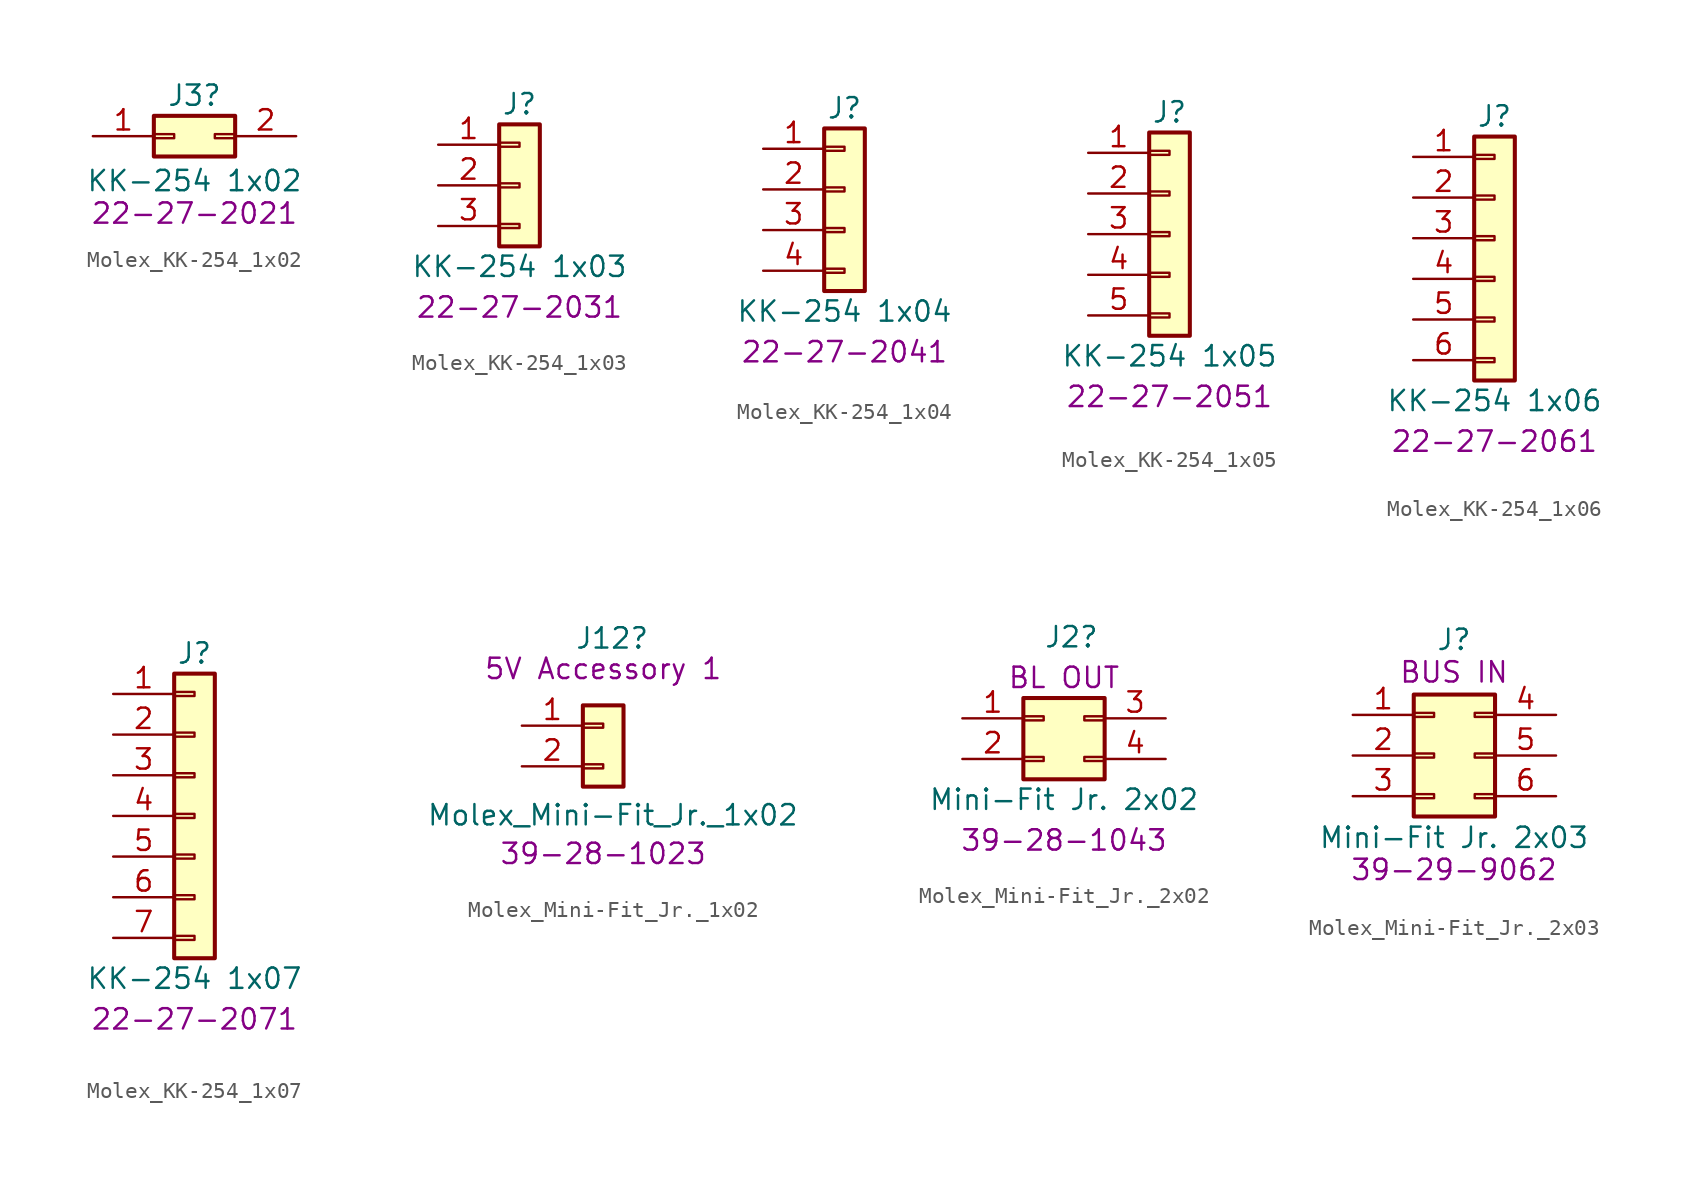
<source format=kicad_sym>
(kicad_symbol_lib
  (version 20220914)
  (generator kicad_symbol_editor)
  (symbol "Molex_KK-254_1x02"
    (pin_names
      (offset 1.016) hide)
    (property "Reference" "J3"
      (at 0 2.54 0)
      (do_not_autoplace)
      (effects (font (size 1.27 1.27))))
    (property "Value" "KK-254 1x02"
      (at 0 -2.794 0)
      (do_not_autoplace)
      (effects (font (size 1.27 1.27))))
    (property "Manufacturer PN" "22-27-2021"
      (at 0 -4.826 0)
      (do_not_autoplace)
      (effects (font (size 1.27 1.27))))
    (symbol "Molex_KK-254_1x02_1_1"
      (rectangle (start -2.54 0.127) (end -1.27 -0.127) (stroke (width 0.152) (type default)) (fill (type none)))
      (rectangle (start -2.54 1.27) (end 2.54 -1.27) (stroke (width 0.254) (type default)) (fill (type background)))
      (rectangle (start 2.54 0.127) (end 1.27 -0.127) (stroke (width 0.152) (type default)) (fill (type none)))
      (pin passive line (at -6.35 0 0) (length 3.81) (name "Pin_1" (effects (font (size 1.27 1.27)))) (number "1" (effects (font (size 1.27 1.27)))))
      (pin passive line (at 6.35 0 180) (length 3.81) (name "Pin_2" (effects (font (size 1.27 1.27)))) (number "2" (effects (font (size 1.27 1.27)))))))
  (symbol "Molex_KK-254_1x03"
    (pin_names
      (offset 1.016) hide)
    (property "Reference" "J"
      (at 0 5.08 0)
      (effects (font (size 1.27 1.27))))
    (property "Value" "KK-254 1x03"
      (at 0 -5.08 0)
      (effects (font (size 1.27 1.27))))
    (property "Manufacturer PN" "22-27-2031"
      (at 0 -7.62 0)
      (effects (font (size 1.27 1.27))))
    (symbol "Molex_KK-254_1x03_1_1"
      (rectangle (start -1.27 -2.413) (end 0 -2.667) (stroke (width 0.152) (type default)) (fill (type none)))
      (rectangle (start -1.27 0.127) (end 0 -0.127) (stroke (width 0.152) (type default)) (fill (type none)))
      (rectangle (start -1.27 2.667) (end 0 2.413) (stroke (width 0.152) (type default)) (fill (type none)))
      (rectangle (start -1.27 3.81) (end 1.27 -3.81) (stroke (width 0.254) (type default)) (fill (type background)))
      (pin passive line (at -5.08 2.54 0) (length 3.81) (name "Pin_1" (effects (font (size 1.27 1.27)))) (number "1" (effects (font (size 1.27 1.27)))))
      (pin passive line (at -5.08 0 0) (length 3.81) (name "Pin_2" (effects (font (size 1.27 1.27)))) (number "2" (effects (font (size 1.27 1.27)))))
      (pin passive line (at -5.08 -2.54 0) (length 3.81) (name "Pin_3" (effects (font (size 1.27 1.27)))) (number "3" (effects (font (size 1.27 1.27)))))))
  (symbol "Molex_KK-254_1x04"
    (pin_names
      (offset 1.016) hide)
    (property "Reference" "J"
      (at 0 5.08 0)
      (effects (font (size 1.27 1.27))))
    (property "Value" "KK-254 1x04"
      (at 0 -7.62 0)
      (effects (font (size 1.27 1.27))))
    (property "Manufacturer PN" "22-27-2041"
      (at 0 -10.16 0)
      (effects (font (size 1.27 1.27))))
    (symbol "Molex_KK-254_1x04_1_1"
      (rectangle (start -1.27 -4.953) (end 0 -5.207) (stroke (width 0.152) (type default)) (fill (type none)))
      (rectangle (start -1.27 -2.413) (end 0 -2.667) (stroke (width 0.152) (type default)) (fill (type none)))
      (rectangle (start -1.27 0.127) (end 0 -0.127) (stroke (width 0.152) (type default)) (fill (type none)))
      (rectangle (start -1.27 2.667) (end 0 2.413) (stroke (width 0.152) (type default)) (fill (type none)))
      (rectangle (start -1.27 3.81) (end 1.27 -6.35) (stroke (width 0.254) (type default)) (fill (type background)))
      (pin passive line (at -5.08 2.54 0) (length 3.81) (name "Pin_1" (effects (font (size 1.27 1.27)))) (number "1" (effects (font (size 1.27 1.27)))))
      (pin passive line (at -5.08 0 0) (length 3.81) (name "Pin_2" (effects (font (size 1.27 1.27)))) (number "2" (effects (font (size 1.27 1.27)))))
      (pin passive line (at -5.08 -2.54 0) (length 3.81) (name "Pin_3" (effects (font (size 1.27 1.27)))) (number "3" (effects (font (size 1.27 1.27)))))
      (pin passive line (at -5.08 -5.08 0) (length 3.81) (name "Pin_4" (effects (font (size 1.27 1.27)))) (number "4" (effects (font (size 1.27 1.27)))))))
  (symbol "Molex_KK-254_1x05"
    (pin_names
      (offset 1.016) hide)
    (property "Reference" "J"
      (at 0 7.62 0)
      (effects (font (size 1.27 1.27))))
    (property "Value" "KK-254 1x05"
      (at 0 -7.62 0)
      (effects (font (size 1.27 1.27))))
    (property "Manufacturer PN" "22-27-2051"
      (at 0 -10.16 0)
      (effects (font (size 1.27 1.27))))
    (property "Silkscreen" ""
      (at 0 0 0)
      (effects (font (size 1.27 1.27))))
    (symbol "Molex_KK-254_1x05_1_1"
      (rectangle (start -1.27 -4.953) (end 0 -5.207) (stroke (width 0.152) (type default)) (fill (type none)))
      (rectangle (start -1.27 -2.413) (end 0 -2.667) (stroke (width 0.152) (type default)) (fill (type none)))
      (rectangle (start -1.27 0.127) (end 0 -0.127) (stroke (width 0.152) (type default)) (fill (type none)))
      (rectangle (start -1.27 2.667) (end 0 2.413) (stroke (width 0.152) (type default)) (fill (type none)))
      (rectangle (start -1.27 5.207) (end 0 4.953) (stroke (width 0.152) (type default)) (fill (type none)))
      (rectangle (start -1.27 6.35) (end 1.27 -6.35) (stroke (width 0.254) (type default)) (fill (type background)))
      (pin passive line (at -5.08 5.08 0) (length 3.81) (name "Pin_1" (effects (font (size 1.27 1.27)))) (number "1" (effects (font (size 1.27 1.27)))))
      (pin passive line (at -5.08 2.54 0) (length 3.81) (name "Pin_2" (effects (font (size 1.27 1.27)))) (number "2" (effects (font (size 1.27 1.27)))))
      (pin passive line (at -5.08 0 0) (length 3.81) (name "Pin_3" (effects (font (size 1.27 1.27)))) (number "3" (effects (font (size 1.27 1.27)))))
      (pin passive line (at -5.08 -2.54 0) (length 3.81) (name "Pin_4" (effects (font (size 1.27 1.27)))) (number "4" (effects (font (size 1.27 1.27)))))
      (pin passive line (at -5.08 -5.08 0) (length 3.81) (name "Pin_5" (effects (font (size 1.27 1.27)))) (number "5" (effects (font (size 1.27 1.27)))))))
  (symbol "Molex_KK-254_1x06"
    (pin_names
      (offset 1.016) hide)
    (property "Reference" "J"
      (at 0 7.62 0)
      (effects (font (size 1.27 1.27))))
    (property "Value" "KK-254 1x06"
      (at 0 -10.16 0)
      (effects (font (size 1.27 1.27))))
    (property "Manufacturer PN" "22-27-2061"
      (at 0 -12.7 0)
      (effects (font (size 1.27 1.27))))
    (symbol "Molex_KK-254_1x06_1_1"
      (rectangle (start -1.27 -7.493) (end 0 -7.747) (stroke (width 0.152) (type default)) (fill (type none)))
      (rectangle (start -1.27 -4.953) (end 0 -5.207) (stroke (width 0.152) (type default)) (fill (type none)))
      (rectangle (start -1.27 -2.413) (end 0 -2.667) (stroke (width 0.152) (type default)) (fill (type none)))
      (rectangle (start -1.27 0.127) (end 0 -0.127) (stroke (width 0.152) (type default)) (fill (type none)))
      (rectangle (start -1.27 2.667) (end 0 2.413) (stroke (width 0.152) (type default)) (fill (type none)))
      (rectangle (start -1.27 5.207) (end 0 4.953) (stroke (width 0.152) (type default)) (fill (type none)))
      (rectangle (start -1.27 6.35) (end 1.27 -8.89) (stroke (width 0.254) (type default)) (fill (type background)))
      (pin passive line (at -5.08 5.08 0) (length 3.81) (name "Pin_1" (effects (font (size 1.27 1.27)))) (number "1" (effects (font (size 1.27 1.27)))))
      (pin passive line (at -5.08 2.54 0) (length 3.81) (name "Pin_2" (effects (font (size 1.27 1.27)))) (number "2" (effects (font (size 1.27 1.27)))))
      (pin passive line (at -5.08 0 0) (length 3.81) (name "Pin_3" (effects (font (size 1.27 1.27)))) (number "3" (effects (font (size 1.27 1.27)))))
      (pin passive line (at -5.08 -2.54 0) (length 3.81) (name "Pin_4" (effects (font (size 1.27 1.27)))) (number "4" (effects (font (size 1.27 1.27)))))
      (pin passive line (at -5.08 -5.08 0) (length 3.81) (name "Pin_5" (effects (font (size 1.27 1.27)))) (number "5" (effects (font (size 1.27 1.27)))))
      (pin passive line (at -5.08 -7.62 0) (length 3.81) (name "Pin_6" (effects (font (size 1.27 1.27)))) (number "6" (effects (font (size 1.27 1.27)))))))
  (symbol "Molex_KK-254_1x07"
    (pin_names
      (offset 1.016) hide)
    (property "Reference" "J"
      (at 0 10.16 0)
      (effects (font (size 1.27 1.27))))
    (property "Value" "KK-254 1x07"
      (at 0 -10.16 0)
      (effects (font (size 1.27 1.27))))
    (property "Manufacturer PN" "22-27-2071"
      (at 0 -12.7 0)
      (effects (font (size 1.27 1.27))))
    (symbol "Molex_KK-254_1x07_1_1"
      (rectangle (start -1.27 -7.493) (end 0 -7.747) (stroke (width 0.152) (type default)) (fill (type none)))
      (rectangle (start -1.27 -4.953) (end 0 -5.207) (stroke (width 0.152) (type default)) (fill (type none)))
      (rectangle (start -1.27 -2.413) (end 0 -2.667) (stroke (width 0.152) (type default)) (fill (type none)))
      (rectangle (start -1.27 0.127) (end 0 -0.127) (stroke (width 0.152) (type default)) (fill (type none)))
      (rectangle (start -1.27 2.667) (end 0 2.413) (stroke (width 0.152) (type default)) (fill (type none)))
      (rectangle (start -1.27 5.207) (end 0 4.953) (stroke (width 0.152) (type default)) (fill (type none)))
      (rectangle (start -1.27 7.747) (end 0 7.493) (stroke (width 0.152) (type default)) (fill (type none)))
      (rectangle (start -1.27 8.89) (end 1.27 -8.89) (stroke (width 0.254) (type default)) (fill (type background)))
      (pin passive line (at -5.08 7.62 0) (length 3.81) (name "Pin_1" (effects (font (size 1.27 1.27)))) (number "1" (effects (font (size 1.27 1.27)))))
      (pin passive line (at -5.08 5.08 0) (length 3.81) (name "Pin_2" (effects (font (size 1.27 1.27)))) (number "2" (effects (font (size 1.27 1.27)))))
      (pin passive line (at -5.08 2.54 0) (length 3.81) (name "Pin_3" (effects (font (size 1.27 1.27)))) (number "3" (effects (font (size 1.27 1.27)))))
      (pin passive line (at -5.08 0 0) (length 3.81) (name "Pin_4" (effects (font (size 1.27 1.27)))) (number "4" (effects (font (size 1.27 1.27)))))
      (pin passive line (at -5.08 -2.54 0) (length 3.81) (name "Pin_5" (effects (font (size 1.27 1.27)))) (number "5" (effects (font (size 1.27 1.27)))))
      (pin passive line (at -5.08 -5.08 0) (length 3.81) (name "Pin_6" (effects (font (size 1.27 1.27)))) (number "6" (effects (font (size 1.27 1.27)))))
      (pin passive line (at -5.08 -7.62 0) (length 3.81) (name "Pin_7" (effects (font (size 1.27 1.27)))) (number "7" (effects (font (size 1.27 1.27)))))))
  (symbol "Molex_Mini-Fit_Jr._1x02"
    (pin_names
      (offset 1.016) hide)
    (property "Reference" "J12"
      (at -1.778 5.461 0)
      (effects (font (size 1.27 1.27)) (justify left)))
    (property "Value" "Molex_Mini-Fit_Jr._1x02"
      (at -11.049 -5.588 0)
      (effects (font (size 1.27 1.27)) (justify left)))
    (property "Manufacturer PN" "39-28-1023"
      (at 0 -8.001 0)
      (effects (font (size 1.27 1.27))))
    (property "Silkscreen" "5V Accessory 1"
      (at 0 3.556 0)
      (effects (font (size 1.27 1.27))))
    (symbol "Molex_Mini-Fit_Jr._1x02_1_1"
      (rectangle (start -1.27 -2.413) (end 0 -2.667) (stroke (width 0.152) (type default)) (fill (type none)))
      (rectangle (start -1.27 0.127) (end 0 -0.127) (stroke (width 0.152) (type default)) (fill (type none)))
      (rectangle (start -1.27 1.27) (end 1.27 -3.81) (stroke (width 0.254) (type default)) (fill (type background)))
      (pin passive line (at -5.08 0 0) (length 3.81) (name "Pin_1" (effects (font (size 1.27 1.27)))) (number "1" (effects (font (size 1.27 1.27)))))
      (pin passive line (at -5.08 -2.54 0) (length 3.81) (name "Pin_2" (effects (font (size 1.27 1.27)))) (number "2" (effects (font (size 1.27 1.27)))))))
  (symbol "Molex_Mini-Fit_Jr._2x02"
    (pin_names
      (offset 1.016) hide)
    (property "Reference" "J2"
      (at 0 5.08 0)
      (effects (font (size 1.27 1.27)) (justify left)))
    (property "Value" "Mini-Fit Jr. 2x02"
      (at 1.27 -5.08 0)
      (effects (font (size 1.27 1.27))))
    (property "Manufacturer PN" "39-28-1043"
      (at 1.27 -7.62 0)
      (effects (font (size 1.27 1.27))))
    (property "Silkscreen" "BL OUT"
      (at 1.27 2.54 0)
      (effects (font (size 1.27 1.27))))
    (symbol "Molex_Mini-Fit_Jr._2x02_1_1"
      (rectangle (start -1.27 -2.413) (end 0 -2.667) (stroke (width 0.152) (type default)) (fill (type none)))
      (rectangle (start -1.27 0.127) (end 0 -0.127) (stroke (width 0.152) (type default)) (fill (type none)))
      (rectangle (start -1.27 1.27) (end 3.81 -3.81) (stroke (width 0.254) (type default)) (fill (type background)))
      (rectangle (start 3.81 -2.413) (end 2.54 -2.667) (stroke (width 0.152) (type default)) (fill (type none)))
      (rectangle (start 3.81 0.127) (end 2.54 -0.127) (stroke (width 0.152) (type default)) (fill (type none)))
      (pin passive line (at -5.08 0 0) (length 3.81) (name "Pin_1" (effects (font (size 1.27 1.27)))) (number "1" (effects (font (size 1.27 1.27)))))
      (pin passive line (at -5.08 -2.54 0) (length 3.81) (name "Pin_3" (effects (font (size 1.27 1.27)))) (number "2" (effects (font (size 1.27 1.27)))))
      (pin passive line (at 7.62 0 180) (length 3.81) (name "Pin_2" (effects (font (size 1.27 1.27)))) (number "3" (effects (font (size 1.27 1.27)))))
      (pin passive line (at 7.62 -2.54 180) (length 3.81) (name "Pin_4" (effects (font (size 1.27 1.27)))) (number "4" (effects (font (size 1.27 1.27)))))))
  (symbol "Molex_Mini-Fit_Jr._2x03"
    (pin_names
      (offset 1.016) hide)
    (property "Reference" "J"
      (at -0.025 7.239 0)
      (effects (font (size 1.27 1.27))))
    (property "Value" "Mini-Fit Jr. 2x03"
      (at -0.025 -5.131 0)
      (effects (font (size 1.27 1.27))))
    (property "Manufacturer PN" "39-29-9062"
      (at -0.025 -7.137 0)
      (effects (font (size 1.27 1.27))))
    (property "Silkscreen" "BUS IN"
      (at -0.025 5.207 0)
      (effects (font (size 1.27 1.27))))
    (symbol "Molex_Mini-Fit_Jr._2x03_1_1"
      (rectangle (start -2.54 -2.413) (end -1.27 -2.667) (stroke (width 0.152) (type default)) (fill (type none)))
      (rectangle (start -2.54 0.127) (end -1.27 -0.127) (stroke (width 0.152) (type default)) (fill (type none)))
      (rectangle (start -2.54 2.667) (end -1.27 2.413) (stroke (width 0.152) (type default)) (fill (type none)))
      (rectangle (start -2.54 3.81) (end 2.54 -3.81) (stroke (width 0.254) (type default)) (fill (type background)))
      (rectangle (start 2.54 -2.413) (end 1.27 -2.667) (stroke (width 0.152) (type default)) (fill (type none)))
      (rectangle (start 2.54 0.127) (end 1.27 -0.127) (stroke (width 0.152) (type default)) (fill (type none)))
      (rectangle (start 2.54 2.667) (end 1.27 2.413) (stroke (width 0.152) (type default)) (fill (type none)))
      (pin passive line (at -6.35 2.54 0) (length 3.81) (name "Pin_1" (effects (font (size 1.27 1.27)))) (number "1" (effects (font (size 1.27 1.27)))))
      (pin passive line (at -6.35 0 0) (length 3.81) (name "Pin_2" (effects (font (size 1.27 1.27)))) (number "2" (effects (font (size 1.27 1.27)))))
      (pin passive line (at -6.35 -2.54 0) (length 3.81) (name "Pin_3" (effects (font (size 1.27 1.27)))) (number "3" (effects (font (size 1.27 1.27)))))
      (pin passive line (at 6.35 2.54 180) (length 3.81) (name "Pin_4" (effects (font (size 1.27 1.27)))) (number "4" (effects (font (size 1.27 1.27)))))
      (pin passive line (at 6.35 0 180) (length 3.81) (name "Pin_5" (effects (font (size 1.27 1.27)))) (number "5" (effects (font (size 1.27 1.27)))))
      (pin passive line (at 6.35 -2.54 180) (length 3.81) (name "Pin_6" (effects (font (size 1.27 1.27)))) (number "6" (effects (font (size 1.27 1.27))))))))
</source>
